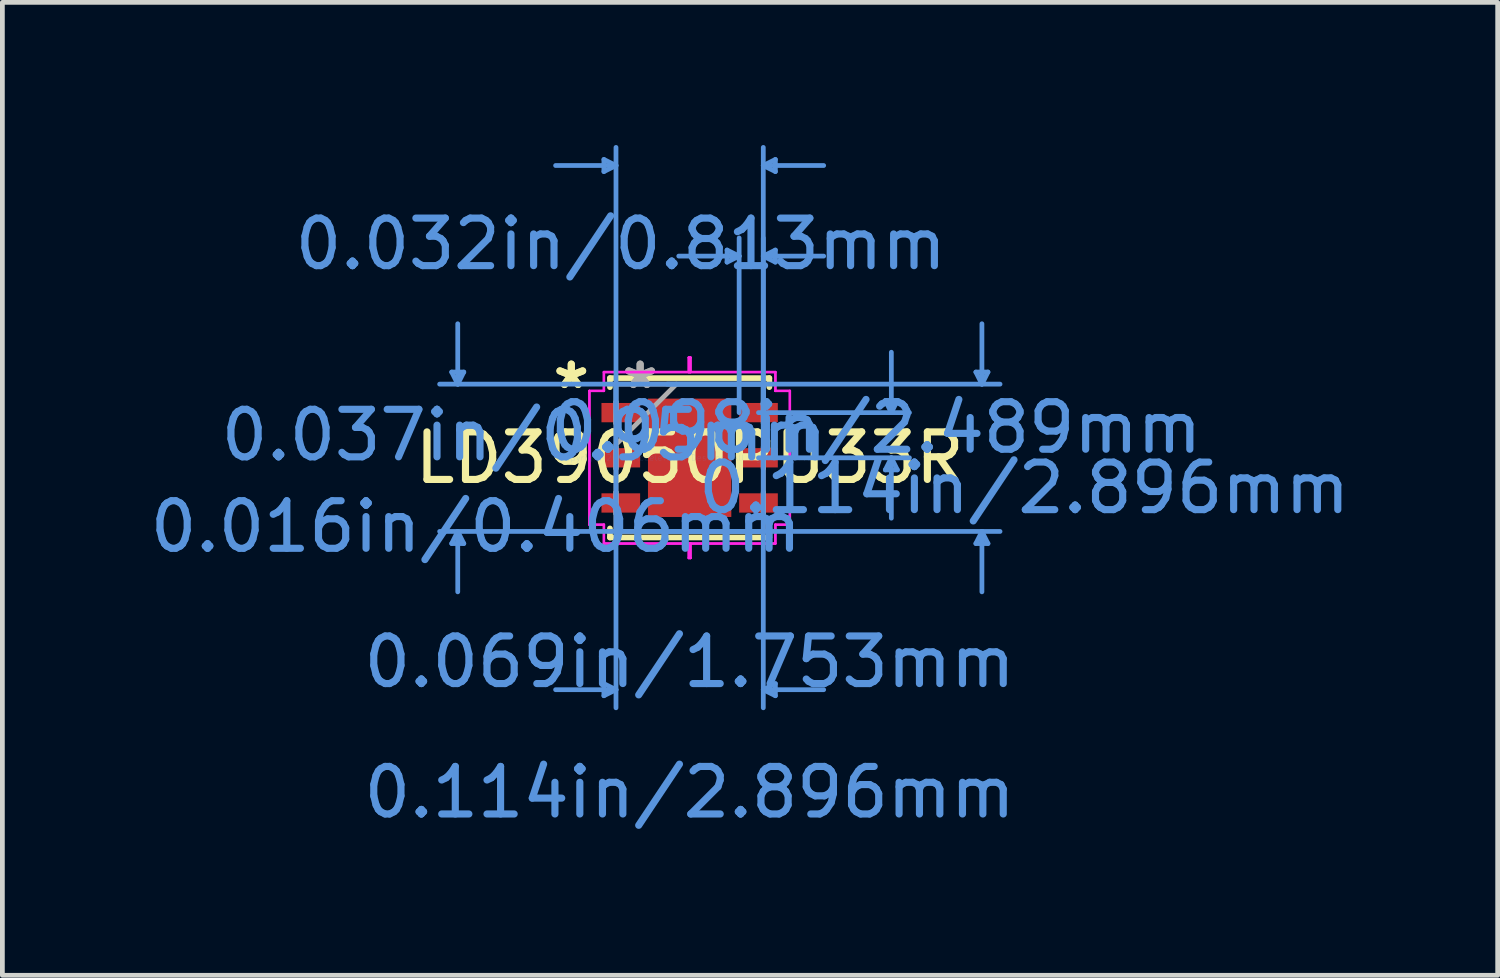
<source format=kicad_pcb>
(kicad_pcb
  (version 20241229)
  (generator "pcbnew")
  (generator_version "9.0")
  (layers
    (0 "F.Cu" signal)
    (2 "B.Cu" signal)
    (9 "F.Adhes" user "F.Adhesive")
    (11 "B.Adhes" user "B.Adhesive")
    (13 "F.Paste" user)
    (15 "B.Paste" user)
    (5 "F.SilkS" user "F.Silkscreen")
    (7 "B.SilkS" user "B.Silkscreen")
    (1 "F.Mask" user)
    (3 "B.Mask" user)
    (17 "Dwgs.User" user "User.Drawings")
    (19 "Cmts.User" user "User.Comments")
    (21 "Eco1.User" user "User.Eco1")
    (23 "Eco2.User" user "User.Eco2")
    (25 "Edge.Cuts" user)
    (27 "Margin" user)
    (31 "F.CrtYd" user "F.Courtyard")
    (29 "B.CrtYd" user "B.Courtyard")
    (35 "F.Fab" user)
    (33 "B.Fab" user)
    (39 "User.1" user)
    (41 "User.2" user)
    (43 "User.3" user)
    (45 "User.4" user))
  (footprint "LD39050PU33R"
    (layer "F.Cu")
    (at 11.454 6.578)
    (property "Reference" "LD39050PU33R" (at 0 0 0) (layer "F.SilkS") (effects (font (size 1 1) (thickness 0.15))))
    (attr through_hole)
    (fp_line (start -1.676 -1.676) (end -1.676 -1.486) (stroke (width 0.12) (type solid)) (layer "F.SilkS"))
    (fp_line (start -1.676 1.486) (end -1.676 1.676) (stroke (width 0.12) (type solid)) (layer "F.SilkS"))
    (fp_line (start -1.676 1.676) (end 1.676 1.676) (stroke (width 0.12) (type solid)) (layer "F.SilkS"))
    (fp_line (start 1.676 -1.676) (end -1.676 -1.676) (stroke (width 0.12) (type solid)) (layer "F.SilkS"))
    (fp_line (start 1.676 -1.486) (end 1.676 -1.676) (stroke (width 0.12) (type solid)) (layer "F.SilkS"))
    (fp_line (start 1.676 1.676) (end 1.676 1.486) (stroke (width 0.12) (type solid)) (layer "F.SilkS"))
    (fp_line (start -5.004 -1.803) (end -4.75 -1.803) (stroke (width 0.1) (type solid)) (layer "Cmts.User"))
    (fp_line (start -5.004 1.803) (end -4.75 1.803) (stroke (width 0.1) (type solid)) (layer "Cmts.User"))
    (fp_line (start -4.877 -1.549) (end -5.004 -1.803) (stroke (width 0.1) (type solid)) (layer "Cmts.User"))
    (fp_line (start -4.877 -1.549) (end -4.877 -2.819) (stroke (width 0.1) (type solid)) (layer "Cmts.User"))
    (fp_line (start -4.877 -1.549) (end -4.75 -1.803) (stroke (width 0.1) (type solid)) (layer "Cmts.User"))
    (fp_line (start -4.877 1.549) (end -5.004 1.803) (stroke (width 0.1) (type solid)) (layer "Cmts.User"))
    (fp_line (start -4.877 1.549) (end -4.877 2.819) (stroke (width 0.1) (type solid)) (layer "Cmts.User"))
    (fp_line (start -4.877 1.549) (end -4.75 1.803) (stroke (width 0.1) (type solid)) (layer "Cmts.User"))
    (fp_line (start -1.803 -6.274) (end -1.803 -6.02) (stroke (width 0.1) (type solid)) (layer "Cmts.User"))
    (fp_line (start -1.803 4.75) (end -1.803 5.004) (stroke (width 0.1) (type solid)) (layer "Cmts.User"))
    (fp_line (start -1.549 -6.147) (end -2.819 -6.147) (stroke (width 0.1) (type solid)) (layer "Cmts.User"))
    (fp_line (start -1.549 -6.147) (end -1.803 -6.274) (stroke (width 0.1) (type solid)) (layer "Cmts.User"))
    (fp_line (start -1.549 -6.147) (end -1.803 -6.02) (stroke (width 0.1) (type solid)) (layer "Cmts.User"))
    (fp_line (start -1.549 -1.549) (end -1.549 5.258) (stroke (width 0.1) (type solid)) (layer "Cmts.User"))
    (fp_line (start -1.549 -0.95) (end -1.549 -6.528) (stroke (width 0.1) (type solid)) (layer "Cmts.User"))
    (fp_line (start -1.549 4.877) (end -2.819 4.877) (stroke (width 0.1) (type solid)) (layer "Cmts.User"))
    (fp_line (start -1.549 4.877) (end -1.803 4.75) (stroke (width 0.1) (type solid)) (layer "Cmts.User"))
    (fp_line (start -1.549 4.877) (end -1.803 5.004) (stroke (width 0.1) (type solid)) (layer "Cmts.User"))
    (fp_line (start -0.475 -1.549) (end 6.528 -1.549) (stroke (width 0.1) (type solid)) (layer "Cmts.User"))
    (fp_line (start -0.475 1.549) (end 6.528 1.549) (stroke (width 0.1) (type solid)) (layer "Cmts.User"))
    (fp_line (start 0.787 -4.369) (end 0.787 -4.115) (stroke (width 0.1) (type solid)) (layer "Cmts.User"))
    (fp_line (start 1.041 -4.242) (end -0.229 -4.242) (stroke (width 0.1) (type solid)) (layer "Cmts.User"))
    (fp_line (start 1.041 -4.242) (end 0.787 -4.369) (stroke (width 0.1) (type solid)) (layer "Cmts.User"))
    (fp_line (start 1.041 -4.242) (end 0.787 -4.115) (stroke (width 0.1) (type solid)) (layer "Cmts.User"))
    (fp_line (start 1.041 -0.95) (end 1.041 -4.623) (stroke (width 0.1) (type solid)) (layer "Cmts.User"))
    (fp_line (start 1.448 -0.95) (end 4.623 -0.95) (stroke (width 0.1) (type solid)) (layer "Cmts.User"))
    (fp_line (start 1.448 0) (end 4.623 0) (stroke (width 0.1) (type solid)) (layer "Cmts.User"))
    (fp_line (start 1.549 -6.147) (end 1.803 -6.274) (stroke (width 0.1) (type solid)) (layer "Cmts.User"))
    (fp_line (start 1.549 -6.147) (end 1.803 -6.02) (stroke (width 0.1) (type solid)) (layer "Cmts.User"))
    (fp_line (start 1.549 -6.147) (end 2.819 -6.147) (stroke (width 0.1) (type solid)) (layer "Cmts.User"))
    (fp_line (start 1.549 -4.242) (end 1.803 -4.369) (stroke (width 0.1) (type solid)) (layer "Cmts.User"))
    (fp_line (start 1.549 -4.242) (end 1.803 -4.115) (stroke (width 0.1) (type solid)) (layer "Cmts.User"))
    (fp_line (start 1.549 -4.242) (end 2.819 -4.242) (stroke (width 0.1) (type solid)) (layer "Cmts.User"))
    (fp_line (start 1.549 -1.549) (end -5.258 -1.549) (stroke (width 0.1) (type solid)) (layer "Cmts.User"))
    (fp_line (start 1.549 -1.549) (end 1.549 5.258) (stroke (width 0.1) (type solid)) (layer "Cmts.User"))
    (fp_line (start 1.549 -0.95) (end 1.549 -6.528) (stroke (width 0.1) (type solid)) (layer "Cmts.User"))
    (fp_line (start 1.549 -0.95) (end 1.549 -4.623) (stroke (width 0.1) (type solid)) (layer "Cmts.User"))
    (fp_line (start 1.549 1.549) (end -5.258 1.549) (stroke (width 0.1) (type solid)) (layer "Cmts.User"))
    (fp_line (start 1.549 4.877) (end 1.803 4.75) (stroke (width 0.1) (type solid)) (layer "Cmts.User"))
    (fp_line (start 1.549 4.877) (end 1.803 5.004) (stroke (width 0.1) (type solid)) (layer "Cmts.User"))
    (fp_line (start 1.549 4.877) (end 2.819 4.877) (stroke (width 0.1) (type solid)) (layer "Cmts.User"))
    (fp_line (start 1.803 -6.274) (end 1.803 -6.02) (stroke (width 0.1) (type solid)) (layer "Cmts.User"))
    (fp_line (start 1.803 -4.369) (end 1.803 -4.115) (stroke (width 0.1) (type solid)) (layer "Cmts.User"))
    (fp_line (start 1.803 4.75) (end 1.803 5.004) (stroke (width 0.1) (type solid)) (layer "Cmts.User"))
    (fp_line (start 4.115 -1.204) (end 4.369 -1.204) (stroke (width 0.1) (type solid)) (layer "Cmts.User"))
    (fp_line (start 4.115 0.254) (end 4.369 0.254) (stroke (width 0.1) (type solid)) (layer "Cmts.User"))
    (fp_line (start 4.242 -0.95) (end 4.115 -1.204) (stroke (width 0.1) (type solid)) (layer "Cmts.User"))
    (fp_line (start 4.242 -0.95) (end 4.242 -2.22) (stroke (width 0.1) (type solid)) (layer "Cmts.User"))
    (fp_line (start 4.242 -0.95) (end 4.369 -1.204) (stroke (width 0.1) (type solid)) (layer "Cmts.User"))
    (fp_line (start 4.242 0) (end 4.115 0.254) (stroke (width 0.1) (type solid)) (layer "Cmts.User"))
    (fp_line (start 4.242 0) (end 4.242 1.27) (stroke (width 0.1) (type solid)) (layer "Cmts.User"))
    (fp_line (start 4.242 0) (end 4.369 0.254) (stroke (width 0.1) (type solid)) (layer "Cmts.User"))
    (fp_line (start 6.02 -1.803) (end 6.274 -1.803) (stroke (width 0.1) (type solid)) (layer "Cmts.User"))
    (fp_line (start 6.02 1.803) (end 6.274 1.803) (stroke (width 0.1) (type solid)) (layer "Cmts.User"))
    (fp_line (start 6.147 -1.549) (end 6.02 -1.803) (stroke (width 0.1) (type solid)) (layer "Cmts.User"))
    (fp_line (start 6.147 -1.549) (end 6.147 -2.819) (stroke (width 0.1) (type solid)) (layer "Cmts.User"))
    (fp_line (start 6.147 -1.549) (end 6.274 -1.803) (stroke (width 0.1) (type solid)) (layer "Cmts.User"))
    (fp_line (start 6.147 1.549) (end 6.02 1.803) (stroke (width 0.1) (type solid)) (layer "Cmts.User"))
    (fp_line (start 6.147 1.549) (end 6.147 2.819) (stroke (width 0.1) (type solid)) (layer "Cmts.User"))
    (fp_line (start 6.147 1.549) (end 6.274 1.803) (stroke (width 0.1) (type solid)) (layer "Cmts.User"))
    (fp_line (start -2.108 -1.407) (end -1.803 -1.407) (stroke (width 0.05) (type solid)) (layer "F.CrtYd"))
    (fp_line (start -2.108 -1.407) (end -1.803 -1.407) (stroke (width 0.05) (type solid)) (layer "F.CrtYd"))
    (fp_line (start -2.108 1.407) (end -2.108 -1.407) (stroke (width 0.05) (type solid)) (layer "F.CrtYd"))
    (fp_line (start -2.108 1.407) (end -2.108 -1.407) (stroke (width 0.05) (type solid)) (layer "F.CrtYd"))
    (fp_line (start -1.803 -1.803) (end 0.018 -1.803) (stroke (width 0.05) (type solid)) (layer "F.CrtYd"))
    (fp_line (start -1.803 -1.803) (end 0.018 -1.803) (stroke (width 0.05) (type solid)) (layer "F.CrtYd"))
    (fp_line (start -1.803 -1.407) (end -1.803 -1.803) (stroke (width 0.05) (type solid)) (layer "F.CrtYd"))
    (fp_line (start -1.803 -1.407) (end -1.803 -1.803) (stroke (width 0.05) (type solid)) (layer "F.CrtYd"))
    (fp_line (start -1.803 1.407) (end -2.108 1.407) (stroke (width 0.05) (type solid)) (layer "F.CrtYd"))
    (fp_line (start -1.803 1.407) (end -2.108 1.407) (stroke (width 0.05) (type solid)) (layer "F.CrtYd"))
    (fp_line (start -1.803 1.803) (end -1.803 1.407) (stroke (width 0.05) (type solid)) (layer "F.CrtYd"))
    (fp_line (start -1.803 1.803) (end -1.803 1.407) (stroke (width 0.05) (type solid)) (layer "F.CrtYd"))
    (fp_line (start -0.018 -2.108) (end -0.018 -1.803) (stroke (width 0.05) (type solid)) (layer "F.CrtYd"))
    (fp_line (start -0.018 -2.108) (end -0.018 -1.803) (stroke (width 0.05) (type solid)) (layer "F.CrtYd"))
    (fp_line (start -0.018 -1.803) (end 1.803 -1.803) (stroke (width 0.05) (type solid)) (layer "F.CrtYd"))
    (fp_line (start -0.018 -1.803) (end 1.803 -1.803) (stroke (width 0.05) (type solid)) (layer "F.CrtYd"))
    (fp_line (start -0.018 1.803) (end -0.018 2.108) (stroke (width 0.05) (type solid)) (layer "F.CrtYd"))
    (fp_line (start -0.018 1.803) (end -0.018 2.108) (stroke (width 0.05) (type solid)) (layer "F.CrtYd"))
    (fp_line (start -0.018 2.108) (end 0.018 2.108) (stroke (width 0.05) (type solid)) (layer "F.CrtYd"))
    (fp_line (start -0.018 2.108) (end 0.018 2.108) (stroke (width 0.05) (type solid)) (layer "F.CrtYd"))
    (fp_line (start 0.018 -2.108) (end -0.018 -2.108) (stroke (width 0.05) (type solid)) (layer "F.CrtYd"))
    (fp_line (start 0.018 -2.108) (end -0.018 -2.108) (stroke (width 0.05) (type solid)) (layer "F.CrtYd"))
    (fp_line (start 0.018 -1.803) (end 0.018 -2.108) (stroke (width 0.05) (type solid)) (layer "F.CrtYd"))
    (fp_line (start 0.018 -1.803) (end 0.018 -2.108) (stroke (width 0.05) (type solid)) (layer "F.CrtYd"))
    (fp_line (start 0.018 1.803) (end -1.803 1.803) (stroke (width 0.05) (type solid)) (layer "F.CrtYd"))
    (fp_line (start 0.018 1.803) (end -1.803 1.803) (stroke (width 0.05) (type solid)) (layer "F.CrtYd"))
    (fp_line (start 0.018 2.108) (end 0.018 1.803) (stroke (width 0.05) (type solid)) (layer "F.CrtYd"))
    (fp_line (start 0.018 2.108) (end 0.018 1.803) (stroke (width 0.05) (type solid)) (layer "F.CrtYd"))
    (fp_line (start 1.803 -1.803) (end 1.803 -1.407) (stroke (width 0.05) (type solid)) (layer "F.CrtYd"))
    (fp_line (start 1.803 -1.803) (end 1.803 -1.407) (stroke (width 0.05) (type solid)) (layer "F.CrtYd"))
    (fp_line (start 1.803 -1.407) (end 2.108 -1.407) (stroke (width 0.05) (type solid)) (layer "F.CrtYd"))
    (fp_line (start 1.803 -1.407) (end 2.108 -1.407) (stroke (width 0.05) (type solid)) (layer "F.CrtYd"))
    (fp_line (start 1.803 1.407) (end 1.803 1.803) (stroke (width 0.05) (type solid)) (layer "F.CrtYd"))
    (fp_line (start 1.803 1.407) (end 1.803 1.803) (stroke (width 0.05) (type solid)) (layer "F.CrtYd"))
    (fp_line (start 1.803 1.803) (end -0.018 1.803) (stroke (width 0.05) (type solid)) (layer "F.CrtYd"))
    (fp_line (start 1.803 1.803) (end -0.018 1.803) (stroke (width 0.05) (type solid)) (layer "F.CrtYd"))
    (fp_line (start 2.108 -1.407) (end 2.108 1.407) (stroke (width 0.05) (type solid)) (layer "F.CrtYd"))
    (fp_line (start 2.108 -1.407) (end 2.108 1.407) (stroke (width 0.05) (type solid)) (layer "F.CrtYd"))
    (fp_line (start 2.108 1.407) (end 1.803 1.407) (stroke (width 0.05) (type solid)) (layer "F.CrtYd"))
    (fp_line (start 2.108 1.407) (end 1.803 1.407) (stroke (width 0.05) (type solid)) (layer "F.CrtYd"))
    (fp_line (start -1.549 -1.549) (end -1.549 -1.549) (stroke (width 0.1) (type solid)) (layer "F.Fab"))
    (fp_line (start -1.549 -1.549) (end -1.549 1.549) (stroke (width 0.1) (type solid)) (layer "F.Fab"))
    (fp_line (start -1.549 -1.179) (end -1.549 -1.179) (stroke (width 0.1) (type solid)) (layer "F.Fab"))
    (fp_line (start -1.549 -1.179) (end -1.549 -0.721) (stroke (width 0.1) (type solid)) (layer "F.Fab"))
    (fp_line (start -1.549 -0.721) (end -1.549 -1.179) (stroke (width 0.1) (type solid)) (layer "F.Fab"))
    (fp_line (start -1.549 -0.721) (end -1.549 -0.721) (stroke (width 0.1) (type solid)) (layer "F.Fab"))
    (fp_line (start -1.549 -0.279) (end -0.279 -1.549) (stroke (width 0.1) (type solid)) (layer "F.Fab"))
    (fp_line (start -1.549 -0.229) (end -1.549 -0.229) (stroke (width 0.1) (type solid)) (layer "F.Fab"))
    (fp_line (start -1.549 -0.229) (end -1.549 0.229) (stroke (width 0.1) (type solid)) (layer "F.Fab"))
    (fp_line (start -1.549 0.229) (end -1.549 -0.229) (stroke (width 0.1) (type solid)) (layer "F.Fab"))
    (fp_line (start -1.549 0.229) (end -1.549 0.229) (stroke (width 0.1) (type solid)) (layer "F.Fab"))
    (fp_line (start -1.549 0.721) (end -1.549 0.721) (stroke (width 0.1) (type solid)) (layer "F.Fab"))
    (fp_line (start -1.549 0.721) (end -1.549 1.179) (stroke (width 0.1) (type solid)) (layer "F.Fab"))
    (fp_line (start -1.549 1.179) (end -1.549 0.721) (stroke (width 0.1) (type solid)) (layer "F.Fab"))
    (fp_line (start -1.549 1.179) (end -1.549 1.179) (stroke (width 0.1) (type solid)) (layer "F.Fab"))
    (fp_line (start -1.549 1.549) (end -1.549 1.549) (stroke (width 0.1) (type solid)) (layer "F.Fab"))
    (fp_line (start -1.549 1.549) (end 1.549 1.549) (stroke (width 0.1) (type solid)) (layer "F.Fab"))
    (fp_line (start 1.549 -1.549) (end -1.549 -1.549) (stroke (width 0.1) (type solid)) (layer "F.Fab"))
    (fp_line (start 1.549 -1.549) (end 1.549 -1.549) (stroke (width 0.1) (type solid)) (layer "F.Fab"))
    (fp_line (start 1.549 -1.179) (end 1.549 -1.179) (stroke (width 0.1) (type solid)) (layer "F.Fab"))
    (fp_line (start 1.549 -1.179) (end 1.549 -0.721) (stroke (width 0.1) (type solid)) (layer "F.Fab"))
    (fp_line (start 1.549 -0.721) (end 1.549 -1.179) (stroke (width 0.1) (type solid)) (layer "F.Fab"))
    (fp_line (start 1.549 -0.721) (end 1.549 -0.721) (stroke (width 0.1) (type solid)) (layer "F.Fab"))
    (fp_line (start 1.549 -0.229) (end 1.549 -0.229) (stroke (width 0.1) (type solid)) (layer "F.Fab"))
    (fp_line (start 1.549 -0.229) (end 1.549 0.229) (stroke (width 0.1) (type solid)) (layer "F.Fab"))
    (fp_line (start 1.549 0.229) (end 1.549 -0.229) (stroke (width 0.1) (type solid)) (layer "F.Fab"))
    (fp_line (start 1.549 0.229) (end 1.549 0.229) (stroke (width 0.1) (type solid)) (layer "F.Fab"))
    (fp_line (start 1.549 0.721) (end 1.549 0.721) (stroke (width 0.1) (type solid)) (layer "F.Fab"))
    (fp_line (start 1.549 0.721) (end 1.549 1.179) (stroke (width 0.1) (type solid)) (layer "F.Fab"))
    (fp_line (start 1.549 1.179) (end 1.549 0.721) (stroke (width 0.1) (type solid)) (layer "F.Fab"))
    (fp_line (start 1.549 1.179) (end 1.549 1.179) (stroke (width 0.1) (type solid)) (layer "F.Fab"))
    (fp_line (start 1.549 1.549) (end 1.549 -1.549) (stroke (width 0.1) (type solid)) (layer "F.Fab"))
    (fp_line (start 1.549 1.549) (end 1.549 1.549) (stroke (width 0.1) (type solid)) (layer "F.Fab"))
    (fp_text user "*" (at -2.489 -1.425 0) (layer "F.SilkS") (effects (font (size 1 1) (thickness 0.15))))
    (fp_text user "*" (at -2.489 -1.425 0) (layer "F.SilkS") (effects (font (size 1 1) (thickness 0.15))))
    (fp_text user "0.114in/2.896mm" (at 0 7.036 0) (layer "Cmts.User") (effects (font (size 1 1) (thickness 0.15))))
    (fp_text user "Copyright 2021 Accelerated Designs. All rights reserved." (at 0 0 0) (layer "Cmts.User") (effects (font (size 0.127 0.127) (thickness 0.002))))
    (fp_text user "0.032in/0.813mm" (at -1.448 -4.496 0) (layer "Cmts.User") (effects (font (size 1 1) (thickness 0.15))))
    (fp_text user "0.069in/1.753mm" (at 0 4.293 0) (layer "Cmts.User") (effects (font (size 1 1) (thickness 0.15))))
    (fp_text user "0.114in/2.896mm" (at 7.036 0.635 0) (layer "Cmts.User") (effects (font (size 1 1) (thickness 0.15))))
    (fp_text user "0.098in/2.489mm" (at 3.924 -0.635 0) (layer "Cmts.User") (effects (font (size 1 1) (thickness 0.15))))
    (fp_text user "0.037in/0.95mm" (at -3.48 -0.475 0) (layer "Cmts.User") (effects (font (size 1 1) (thickness 0.15))))
    (fp_text user "0.016in/0.406mm" (at -4.496 1.448 0) (layer "Cmts.User") (effects (font (size 1 1) (thickness 0.15))))
    (fp_text user "*" (at -1.041 -1.425 0) (layer "F.Fab") (effects (font (size 1 1) (thickness 0.15))))
    (fp_text user "*" (at -1.041 -1.425 0) (layer "F.Fab") (effects (font (size 1 1) (thickness 0.15))))
    (pad "1" smd rect (at -1.448 -0.95 90) (size 0.406 0.813) (layers "F.Cu" "F.Mask" "F.Paste"))
    (pad "2" smd rect (at -1.448 0 90) (size 0.406 0.813) (layers "F.Cu" "F.Mask" "F.Paste"))
    (pad "3" smd rect (at -1.448 0.95 90) (size 0.406 0.813) (layers "F.Cu" "F.Mask" "F.Paste"))
    (pad "4" smd rect (at 1.448 0.95 90) (size 0.406 0.813) (layers "F.Cu" "F.Mask" "F.Paste"))
    (pad "5" smd rect (at 1.448 0 90) (size 0.406 0.813) (layers "F.Cu" "F.Mask" "F.Paste"))
    (pad "6" smd rect (at 1.448 -0.95 90) (size 0.406 0.813) (layers "F.Cu" "F.Mask" "F.Paste"))
    (pad "7" smd rect (at 0 0) (size 1.753 2.489) (layers "F.Cu" "F.Mask" "F.Paste")))
  (gr_rect
    (start -3 -3)
    (end 28.448 17.462)
    (stroke (width 0.1) (type default))
    (fill no)
    (layer "Edge.Cuts")))
</source>
